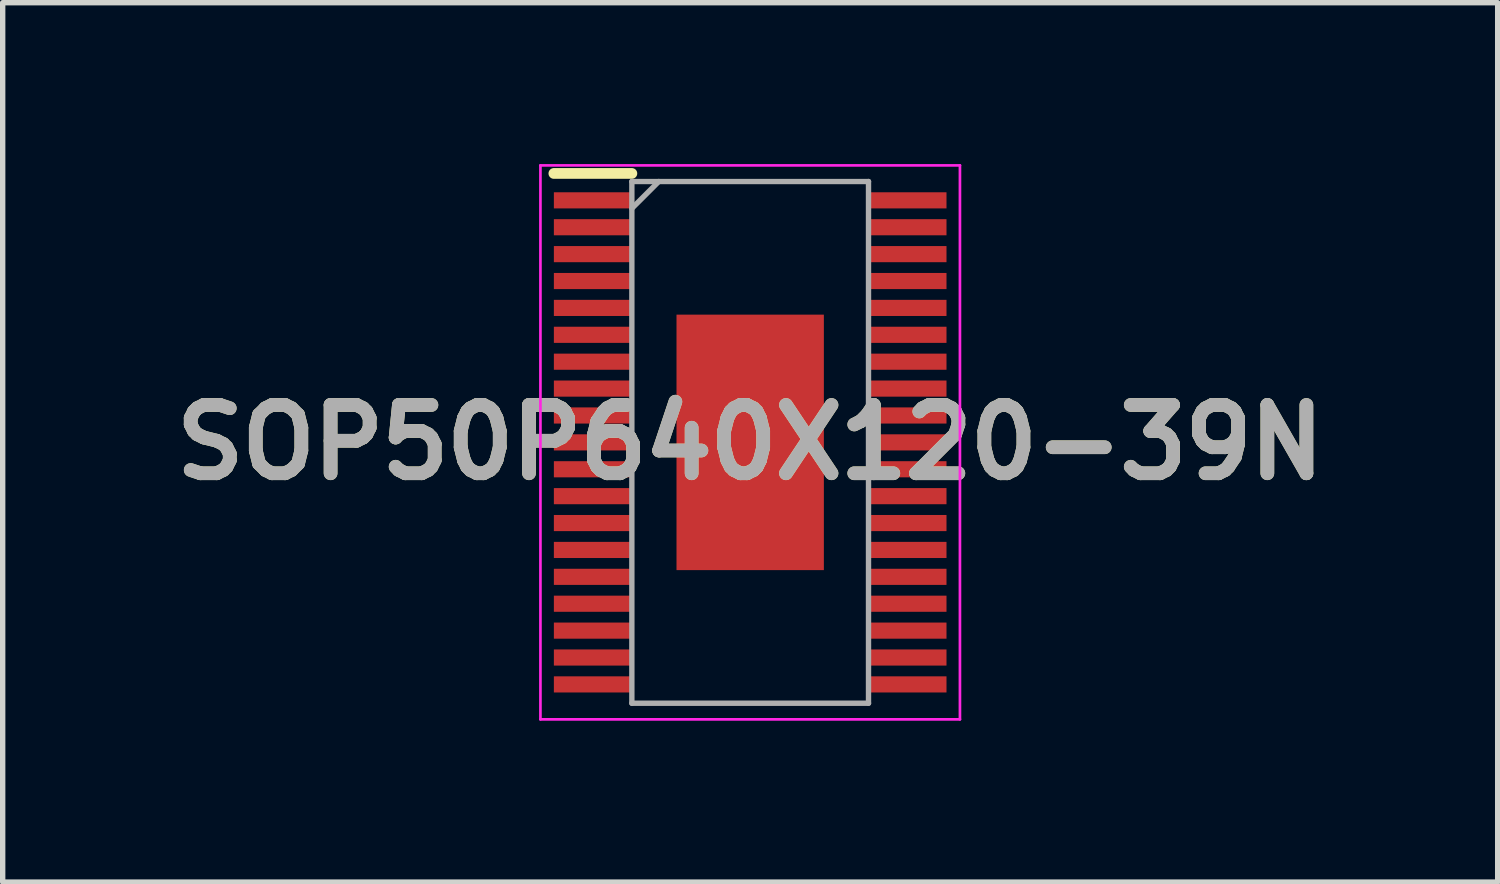
<source format=kicad_pcb>
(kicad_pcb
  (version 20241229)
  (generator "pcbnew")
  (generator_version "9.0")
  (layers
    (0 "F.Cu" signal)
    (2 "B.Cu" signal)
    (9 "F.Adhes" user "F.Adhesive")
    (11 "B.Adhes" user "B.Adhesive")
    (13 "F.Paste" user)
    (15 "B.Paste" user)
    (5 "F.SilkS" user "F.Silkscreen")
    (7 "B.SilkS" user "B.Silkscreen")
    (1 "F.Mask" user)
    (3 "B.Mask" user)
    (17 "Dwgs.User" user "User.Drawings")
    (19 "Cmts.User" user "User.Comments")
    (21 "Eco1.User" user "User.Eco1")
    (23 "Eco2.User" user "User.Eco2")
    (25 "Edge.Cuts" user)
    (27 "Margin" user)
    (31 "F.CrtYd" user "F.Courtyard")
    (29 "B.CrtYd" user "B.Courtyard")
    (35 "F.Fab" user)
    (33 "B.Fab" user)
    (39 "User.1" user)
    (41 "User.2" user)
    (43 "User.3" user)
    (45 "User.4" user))
  (footprint "SOP50P640X120-39N"
    (layer "F.Cu")
    (at 10.898 5.175)
    (property "Reference" "SOP50P640X120-39N" (at 0 0 0) (layer "F.SilkS") (effects (font (size 1.27 1.27) (thickness 0.254))))
    (attr smd)
    (fp_line (start -3.65 -5) (end -2.2 -5) (stroke (width 0.2) (type solid)) (layer "F.SilkS"))
    (fp_line (start -3.9 -5.15) (end 3.9 -5.15) (stroke (width 0.05) (type solid)) (layer "F.CrtYd"))
    (fp_line (start -3.9 5.15) (end -3.9 -5.15) (stroke (width 0.05) (type solid)) (layer "F.CrtYd"))
    (fp_line (start 3.9 -5.15) (end 3.9 5.15) (stroke (width 0.05) (type solid)) (layer "F.CrtYd"))
    (fp_line (start 3.9 5.15) (end -3.9 5.15) (stroke (width 0.05) (type solid)) (layer "F.CrtYd"))
    (fp_line (start -2.2 -4.85) (end 2.2 -4.85) (stroke (width 0.1) (type solid)) (layer "F.Fab"))
    (fp_line (start -2.2 -4.35) (end -1.7 -4.85) (stroke (width 0.1) (type solid)) (layer "F.Fab"))
    (fp_line (start -2.2 4.85) (end -2.2 -4.85) (stroke (width 0.1) (type solid)) (layer "F.Fab"))
    (fp_line (start 2.2 -4.85) (end 2.2 4.85) (stroke (width 0.1) (type solid)) (layer "F.Fab"))
    (fp_line (start 2.2 4.85) (end -2.2 4.85) (stroke (width 0.1) (type solid)) (layer "F.Fab"))
    (fp_text user "${REFERENCE}" (at 0 0 0) (layer "F.Fab") (effects (font (size 1.27 1.27) (thickness 0.254))))
    (pad "1" smd rect (at -2.925 -4.5 90) (size 0.3 1.45) (layers "F.Cu" "F.Mask" "F.Paste"))
    (pad "2" smd rect (at -2.925 -4 90) (size 0.3 1.45) (layers "F.Cu" "F.Mask" "F.Paste"))
    (pad "3" smd rect (at -2.925 -3.5 90) (size 0.3 1.45) (layers "F.Cu" "F.Mask" "F.Paste"))
    (pad "4" smd rect (at -2.925 -3 90) (size 0.3 1.45) (layers "F.Cu" "F.Mask" "F.Paste"))
    (pad "5" smd rect (at -2.925 -2.5 90) (size 0.3 1.45) (layers "F.Cu" "F.Mask" "F.Paste"))
    (pad "6" smd rect (at -2.925 -2 90) (size 0.3 1.45) (layers "F.Cu" "F.Mask" "F.Paste"))
    (pad "7" smd rect (at -2.925 -1.5 90) (size 0.3 1.45) (layers "F.Cu" "F.Mask" "F.Paste"))
    (pad "8" smd rect (at -2.925 -1 90) (size 0.3 1.45) (layers "F.Cu" "F.Mask" "F.Paste"))
    (pad "9" smd rect (at -2.925 -0.5 90) (size 0.3 1.45) (layers "F.Cu" "F.Mask" "F.Paste"))
    (pad "10" smd rect (at -2.925 0 90) (size 0.3 1.45) (layers "F.Cu" "F.Mask" "F.Paste"))
    (pad "11" smd rect (at -2.925 0.5 90) (size 0.3 1.45) (layers "F.Cu" "F.Mask" "F.Paste"))
    (pad "12" smd rect (at -2.925 1 90) (size 0.3 1.45) (layers "F.Cu" "F.Mask" "F.Paste"))
    (pad "13" smd rect (at -2.925 1.5 90) (size 0.3 1.45) (layers "F.Cu" "F.Mask" "F.Paste"))
    (pad "14" smd rect (at -2.925 2 90) (size 0.3 1.45) (layers "F.Cu" "F.Mask" "F.Paste"))
    (pad "15" smd rect (at -2.925 2.5 90) (size 0.3 1.45) (layers "F.Cu" "F.Mask" "F.Paste"))
    (pad "16" smd rect (at -2.925 3 90) (size 0.3 1.45) (layers "F.Cu" "F.Mask" "F.Paste"))
    (pad "17" smd rect (at -2.925 3.5 90) (size 0.3 1.45) (layers "F.Cu" "F.Mask" "F.Paste"))
    (pad "18" smd rect (at -2.925 4 90) (size 0.3 1.45) (layers "F.Cu" "F.Mask" "F.Paste"))
    (pad "19" smd rect (at -2.925 4.5 90) (size 0.3 1.45) (layers "F.Cu" "F.Mask" "F.Paste"))
    (pad "20" smd rect (at 2.925 4.5 90) (size 0.3 1.45) (layers "F.Cu" "F.Mask" "F.Paste"))
    (pad "21" smd rect (at 2.925 4 90) (size 0.3 1.45) (layers "F.Cu" "F.Mask" "F.Paste"))
    (pad "22" smd rect (at 2.925 3.5 90) (size 0.3 1.45) (layers "F.Cu" "F.Mask" "F.Paste"))
    (pad "23" smd rect (at 2.925 3 90) (size 0.3 1.45) (layers "F.Cu" "F.Mask" "F.Paste"))
    (pad "24" smd rect (at 2.925 2.5 90) (size 0.3 1.45) (layers "F.Cu" "F.Mask" "F.Paste"))
    (pad "25" smd rect (at 2.925 2 90) (size 0.3 1.45) (layers "F.Cu" "F.Mask" "F.Paste"))
    (pad "26" smd rect (at 2.925 1.5 90) (size 0.3 1.45) (layers "F.Cu" "F.Mask" "F.Paste"))
    (pad "27" smd rect (at 2.925 1 90) (size 0.3 1.45) (layers "F.Cu" "F.Mask" "F.Paste"))
    (pad "28" smd rect (at 2.925 0.5 90) (size 0.3 1.45) (layers "F.Cu" "F.Mask" "F.Paste"))
    (pad "29" smd rect (at 2.925 0 90) (size 0.3 1.45) (layers "F.Cu" "F.Mask" "F.Paste"))
    (pad "30" smd rect (at 2.925 -0.5 90) (size 0.3 1.45) (layers "F.Cu" "F.Mask" "F.Paste"))
    (pad "31" smd rect (at 2.925 -1 90) (size 0.3 1.45) (layers "F.Cu" "F.Mask" "F.Paste"))
    (pad "32" smd rect (at 2.925 -1.5 90) (size 0.3 1.45) (layers "F.Cu" "F.Mask" "F.Paste"))
    (pad "33" smd rect (at 2.925 -2 90) (size 0.3 1.45) (layers "F.Cu" "F.Mask" "F.Paste"))
    (pad "34" smd rect (at 2.925 -2.5 90) (size 0.3 1.45) (layers "F.Cu" "F.Mask" "F.Paste"))
    (pad "35" smd rect (at 2.925 -3 90) (size 0.3 1.45) (layers "F.Cu" "F.Mask" "F.Paste"))
    (pad "36" smd rect (at 2.925 -3.5 90) (size 0.3 1.45) (layers "F.Cu" "F.Mask" "F.Paste"))
    (pad "37" smd rect (at 2.925 -4 90) (size 0.3 1.45) (layers "F.Cu" "F.Mask" "F.Paste"))
    (pad "38" smd rect (at 2.925 -4.5 90) (size 0.3 1.45) (layers "F.Cu" "F.Mask" "F.Paste"))
    (pad "39" smd rect (at 0 0) (size 2.74 4.75) (layers "F.Cu" "F.Mask" "F.Paste")))
  (gr_rect
    (start -3 -3)
    (end 24.796 13.35)
    (stroke (width 0.1) (type default))
    (fill no)
    (layer "Edge.Cuts")))
</source>
